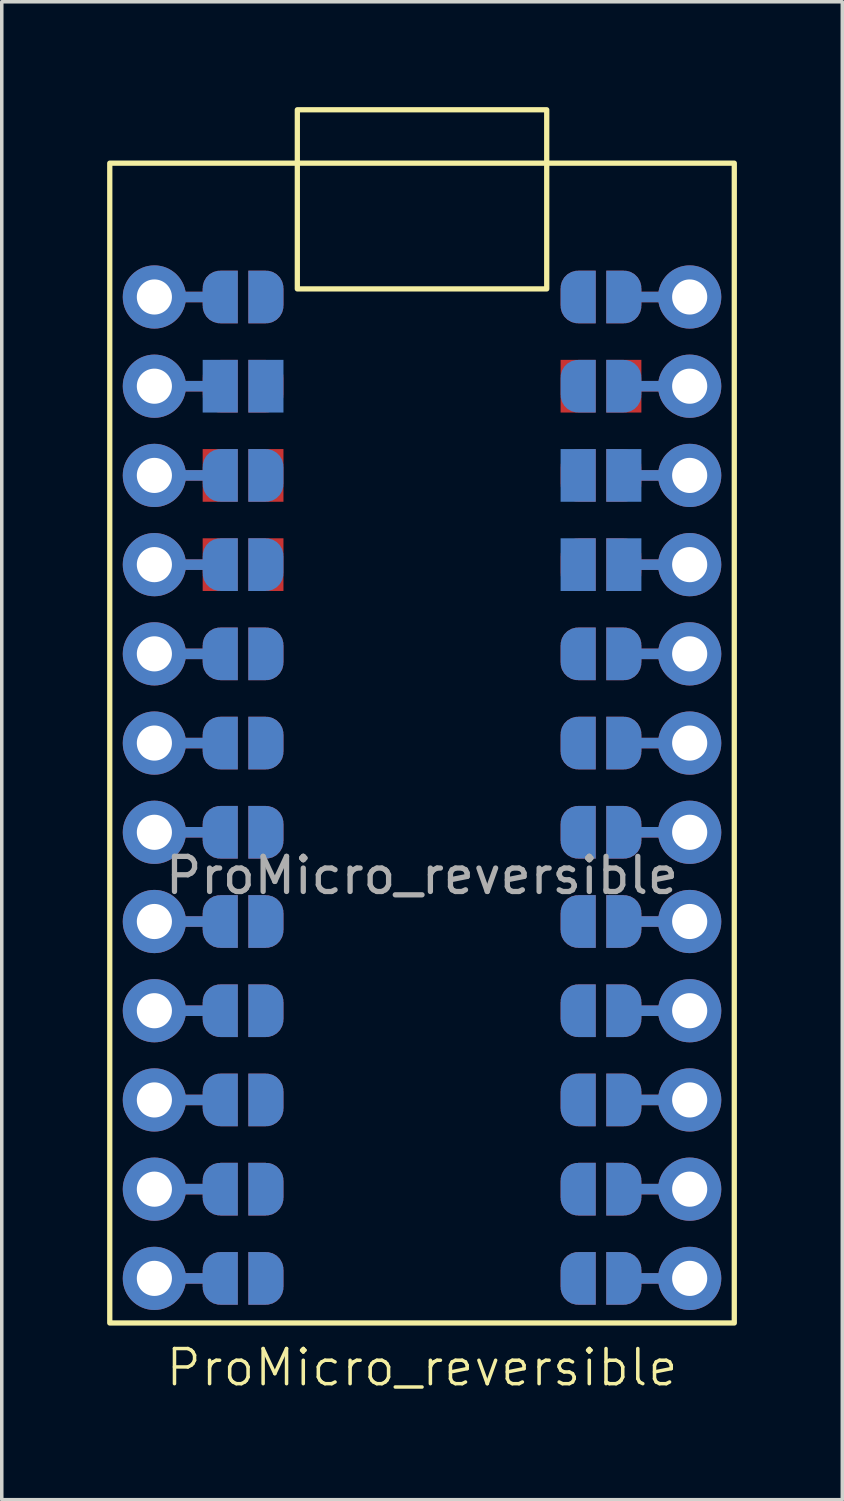
<source format=kicad_pcb>
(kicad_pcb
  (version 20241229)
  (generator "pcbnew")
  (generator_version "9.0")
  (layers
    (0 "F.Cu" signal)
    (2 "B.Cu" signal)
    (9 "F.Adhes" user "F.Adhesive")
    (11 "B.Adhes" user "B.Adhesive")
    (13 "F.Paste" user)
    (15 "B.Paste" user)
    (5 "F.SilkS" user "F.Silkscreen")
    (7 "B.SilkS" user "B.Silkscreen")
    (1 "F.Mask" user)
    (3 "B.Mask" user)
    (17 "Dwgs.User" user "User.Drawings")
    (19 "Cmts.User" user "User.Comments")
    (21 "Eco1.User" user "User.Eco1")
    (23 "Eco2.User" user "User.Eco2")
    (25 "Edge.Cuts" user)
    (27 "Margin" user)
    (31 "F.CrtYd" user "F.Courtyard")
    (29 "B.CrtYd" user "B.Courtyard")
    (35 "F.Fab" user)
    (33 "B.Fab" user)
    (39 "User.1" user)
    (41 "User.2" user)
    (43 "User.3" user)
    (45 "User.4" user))
  (footprint "ProMicro_reversible"
    (layer "F.Cu")
    (at 8.965 19.375)
    (property "Reference" "ProMicro_reversible" (at 0 16.51 0) (unlocked yes) (layer "F.SilkS") (effects (font (size 1 1) (thickness 0.1))))
    (attr through_hole)
    (fp_line (start -7.62 -13.97) (end -5.745 -13.97) (stroke (width 0.3) (type default)) (layer "F.Cu"))
    (fp_line (start -7.62 -11.43) (end -5.745 -11.43) (stroke (width 0.3) (type default)) (layer "F.Cu"))
    (fp_line (start -7.62 -6.35) (end -5.745 -6.35) (stroke (width 0.3) (type default)) (layer "F.Cu"))
    (fp_line (start -7.62 -3.81) (end -5.745 -3.81) (stroke (width 0.3) (type default)) (layer "F.Cu"))
    (fp_line (start -7.62 -1.27) (end -5.745 -1.27) (stroke (width 0.3) (type default)) (layer "F.Cu"))
    (fp_line (start -7.62 1.27) (end -5.745 1.27) (stroke (width 0.3) (type default)) (layer "F.Cu"))
    (fp_line (start -7.62 3.81) (end -5.745 3.81) (stroke (width 0.3) (type default)) (layer "F.Cu"))
    (fp_line (start -7.62 8.89) (end -5.745 8.89) (stroke (width 0.3) (type default)) (layer "F.Cu"))
    (fp_line (start -7.62 11.43) (end -5.745 11.43) (stroke (width 0.3) (type default)) (layer "F.Cu"))
    (fp_line (start -7.62 13.97) (end -5.745 13.97) (stroke (width 0.3) (type default)) (layer "F.Cu"))
    (fp_line (start -5.745 -8.89) (end -7.62 -8.89) (stroke (width 0.3) (type default)) (layer "F.Cu"))
    (fp_line (start -5.745 6.35) (end -7.62 6.35) (stroke (width 0.3) (type default)) (layer "F.Cu"))
    (fp_line (start 5.745 -13.97) (end 7.62 -13.97) (stroke (width 0.3) (type default)) (layer "F.Cu"))
    (fp_line (start 5.745 -11.43) (end 7.62 -11.43) (stroke (width 0.3) (type default)) (layer "F.Cu"))
    (fp_line (start 5.745 -6.35) (end 7.62 -6.35) (stroke (width 0.3) (type default)) (layer "F.Cu"))
    (fp_line (start 5.745 -3.81) (end 7.62 -3.81) (stroke (width 0.3) (type default)) (layer "F.Cu"))
    (fp_line (start 5.745 -1.27) (end 7.62 -1.27) (stroke (width 0.3) (type default)) (layer "F.Cu"))
    (fp_line (start 5.745 1.27) (end 7.62 1.27) (stroke (width 0.3) (type default)) (layer "F.Cu"))
    (fp_line (start 5.745 3.81) (end 7.62 3.81) (stroke (width 0.3) (type default)) (layer "F.Cu"))
    (fp_line (start 5.745 8.89) (end 7.62 8.89) (stroke (width 0.3) (type default)) (layer "F.Cu"))
    (fp_line (start 5.745 11.43) (end 7.62 11.43) (stroke (width 0.3) (type default)) (layer "F.Cu"))
    (fp_line (start 5.745 13.97) (end 7.62 13.97) (stroke (width 0.3) (type default)) (layer "F.Cu"))
    (fp_line (start 7.62 -8.89) (end 5.745 -8.89) (stroke (width 0.3) (type default)) (layer "F.Cu"))
    (fp_line (start 7.62 6.35) (end 5.745 6.35) (stroke (width 0.3) (type default)) (layer "F.Cu"))
    (fp_rect (start -5.745 -14.72) (end -4.445 -13.22) (stroke (width 0) (type solid)) (fill yes) (layer "F.Mask"))
    (fp_rect (start -5.745 -12.18) (end -4.445 -10.68) (stroke (width 0) (type solid)) (fill yes) (layer "F.Mask"))
    (fp_rect (start -5.745 -9.64) (end -4.445 -8.14) (stroke (width 0) (type solid)) (fill yes) (layer "F.Mask"))
    (fp_rect (start -5.745 -7.1) (end -4.445 -5.6) (stroke (width 0) (type solid)) (fill yes) (layer "F.Mask"))
    (fp_rect (start -5.745 -4.56) (end -4.445 -3.06) (stroke (width 0) (type solid)) (fill yes) (layer "F.Mask"))
    (fp_rect (start -5.745 -2.02) (end -4.445 -0.52) (stroke (width 0) (type solid)) (fill yes) (layer "F.Mask"))
    (fp_rect (start -5.745 0.52) (end -4.445 2.02) (stroke (width 0) (type solid)) (fill yes) (layer "F.Mask"))
    (fp_rect (start -5.745 3.06) (end -4.445 4.56) (stroke (width 0) (type solid)) (fill yes) (layer "F.Mask"))
    (fp_rect (start -5.745 5.6) (end -4.445 7.1) (stroke (width 0) (type solid)) (fill yes) (layer "F.Mask"))
    (fp_rect (start -5.745 8.14) (end -4.445 9.64) (stroke (width 0) (type solid)) (fill yes) (layer "F.Mask"))
    (fp_rect (start -5.745 10.68) (end -4.445 12.18) (stroke (width 0) (type solid)) (fill yes) (layer "F.Mask"))
    (fp_rect (start -5.745 13.22) (end -4.445 14.72) (stroke (width 0) (type solid)) (fill yes) (layer "F.Mask"))
    (fp_rect (start 4.445 -14.72) (end 5.745 -13.22) (stroke (width 0) (type solid)) (fill yes) (layer "F.Mask"))
    (fp_rect (start 4.445 -12.18) (end 5.745 -10.68) (stroke (width 0) (type solid)) (fill yes) (layer "F.Mask"))
    (fp_rect (start 4.445 -9.64) (end 5.745 -8.14) (stroke (width 0) (type solid)) (fill yes) (layer "F.Mask"))
    (fp_rect (start 4.445 -7.1) (end 5.745 -5.6) (stroke (width 0) (type solid)) (fill yes) (layer "F.Mask"))
    (fp_rect (start 4.445 -4.56) (end 5.745 -3.06) (stroke (width 0) (type solid)) (fill yes) (layer "F.Mask"))
    (fp_rect (start 4.445 -2.02) (end 5.745 -0.52) (stroke (width 0) (type solid)) (fill yes) (layer "F.Mask"))
    (fp_rect (start 4.445 0.52) (end 5.745 2.02) (stroke (width 0) (type solid)) (fill yes) (layer "F.Mask"))
    (fp_rect (start 4.445 3.06) (end 5.745 4.56) (stroke (width 0) (type solid)) (fill yes) (layer "F.Mask"))
    (fp_rect (start 4.445 5.6) (end 5.745 7.1) (stroke (width 0) (type solid)) (fill yes) (layer "F.Mask"))
    (fp_rect (start 4.445 8.14) (end 5.745 9.64) (stroke (width 0) (type solid)) (fill yes) (layer "F.Mask"))
    (fp_rect (start 4.445 10.68) (end 5.745 12.18) (stroke (width 0) (type solid)) (fill yes) (layer "F.Mask"))
    (fp_rect (start 4.445 13.22) (end 5.745 14.72) (stroke (width 0) (type solid)) (fill yes) (layer "F.Mask"))
    (fp_line (start -7.62 -8.89) (end -5.745 -8.89) (stroke (width 0.3) (type default)) (layer "B.Cu"))
    (fp_line (start -7.62 6.35) (end -5.745 6.35) (stroke (width 0.3) (type default)) (layer "B.Cu"))
    (fp_line (start -5.745 -13.97) (end -7.62 -13.97) (stroke (width 0.3) (type default)) (layer "B.Cu"))
    (fp_line (start -5.745 -11.43) (end -7.62 -11.43) (stroke (width 0.3) (type default)) (layer "B.Cu"))
    (fp_line (start -5.745 -6.35) (end -7.62 -6.35) (stroke (width 0.3) (type default)) (layer "B.Cu"))
    (fp_line (start -5.745 -3.81) (end -7.62 -3.81) (stroke (width 0.3) (type default)) (layer "B.Cu"))
    (fp_line (start -5.745 -1.27) (end -7.62 -1.27) (stroke (width 0.3) (type default)) (layer "B.Cu"))
    (fp_line (start -5.745 1.27) (end -7.62 1.27) (stroke (width 0.3) (type default)) (layer "B.Cu"))
    (fp_line (start -5.745 3.81) (end -7.62 3.81) (stroke (width 0.3) (type default)) (layer "B.Cu"))
    (fp_line (start -5.745 8.89) (end -7.62 8.89) (stroke (width 0.3) (type default)) (layer "B.Cu"))
    (fp_line (start -5.745 11.43) (end -7.62 11.43) (stroke (width 0.3) (type default)) (layer "B.Cu"))
    (fp_line (start -5.745 13.97) (end -7.62 13.97) (stroke (width 0.3) (type default)) (layer "B.Cu"))
    (fp_line (start 5.745 -8.89) (end 7.62 -8.89) (stroke (width 0.3) (type default)) (layer "B.Cu"))
    (fp_line (start 5.745 6.35) (end 7.62 6.35) (stroke (width 0.3) (type default)) (layer "B.Cu"))
    (fp_line (start 7.62 -13.97) (end 5.745 -13.97) (stroke (width 0.3) (type default)) (layer "B.Cu"))
    (fp_line (start 7.62 -11.43) (end 5.745 -11.43) (stroke (width 0.3) (type default)) (layer "B.Cu"))
    (fp_line (start 7.62 -6.35) (end 5.745 -6.35) (stroke (width 0.3) (type default)) (layer "B.Cu"))
    (fp_line (start 7.62 -3.81) (end 5.745 -3.81) (stroke (width 0.3) (type default)) (layer "B.Cu"))
    (fp_line (start 7.62 -1.27) (end 5.745 -1.27) (stroke (width 0.3) (type default)) (layer "B.Cu"))
    (fp_line (start 7.62 1.27) (end 5.745 1.27) (stroke (width 0.3) (type default)) (layer "B.Cu"))
    (fp_line (start 7.62 3.81) (end 5.745 3.81) (stroke (width 0.3) (type default)) (layer "B.Cu"))
    (fp_line (start 7.62 8.89) (end 5.745 8.89) (stroke (width 0.3) (type default)) (layer "B.Cu"))
    (fp_line (start 7.62 11.43) (end 5.745 11.43) (stroke (width 0.3) (type default)) (layer "B.Cu"))
    (fp_line (start 7.62 13.97) (end 5.745 13.97) (stroke (width 0.3) (type default)) (layer "B.Cu"))
    (fp_rect (start -5.745 -14.72) (end -4.445 -13.22) (stroke (width 0) (type solid)) (fill yes) (layer "B.Mask"))
    (fp_rect (start -5.745 -12.18) (end -4.445 -10.68) (stroke (width 0) (type solid)) (fill yes) (layer "B.Mask"))
    (fp_rect (start -5.745 -9.64) (end -4.445 -8.14) (stroke (width 0) (type solid)) (fill yes) (layer "B.Mask"))
    (fp_rect (start -5.745 -7.1) (end -4.445 -5.6) (stroke (width 0) (type solid)) (fill yes) (layer "B.Mask"))
    (fp_rect (start -5.745 -4.56) (end -4.445 -3.06) (stroke (width 0) (type solid)) (fill yes) (layer "B.Mask"))
    (fp_rect (start -5.745 -2.02) (end -4.445 -0.52) (stroke (width 0) (type solid)) (fill yes) (layer "B.Mask"))
    (fp_rect (start -5.745 0.52) (end -4.445 2.02) (stroke (width 0) (type solid)) (fill yes) (layer "B.Mask"))
    (fp_rect (start -5.745 3.06) (end -4.445 4.56) (stroke (width 0) (type solid)) (fill yes) (layer "B.Mask"))
    (fp_rect (start -5.745 5.6) (end -4.445 7.1) (stroke (width 0) (type solid)) (fill yes) (layer "B.Mask"))
    (fp_rect (start -5.745 8.14) (end -4.445 9.64) (stroke (width 0) (type solid)) (fill yes) (layer "B.Mask"))
    (fp_rect (start -5.745 10.68) (end -4.445 12.18) (stroke (width 0) (type solid)) (fill yes) (layer "B.Mask"))
    (fp_rect (start -5.745 13.22) (end -4.445 14.72) (stroke (width 0) (type solid)) (fill yes) (layer "B.Mask"))
    (fp_rect (start 4.445 -14.72) (end 5.745 -13.22) (stroke (width 0) (type solid)) (fill yes) (layer "B.Mask"))
    (fp_rect (start 4.445 -12.18) (end 5.745 -10.68) (stroke (width 0) (type solid)) (fill yes) (layer "B.Mask"))
    (fp_rect (start 4.445 -9.64) (end 5.745 -8.14) (stroke (width 0) (type solid)) (fill yes) (layer "B.Mask"))
    (fp_rect (start 4.445 -7.1) (end 5.745 -5.6) (stroke (width 0) (type solid)) (fill yes) (layer "B.Mask"))
    (fp_rect (start 4.445 -4.56) (end 5.745 -3.06) (stroke (width 0) (type solid)) (fill yes) (layer "B.Mask"))
    (fp_rect (start 4.445 -2.02) (end 5.745 -0.52) (stroke (width 0) (type solid)) (fill yes) (layer "B.Mask"))
    (fp_rect (start 4.445 0.52) (end 5.745 2.02) (stroke (width 0) (type solid)) (fill yes) (layer "B.Mask"))
    (fp_rect (start 4.445 3.06) (end 5.745 4.56) (stroke (width 0) (type solid)) (fill yes) (layer "B.Mask"))
    (fp_rect (start 4.445 5.6) (end 5.745 7.1) (stroke (width 0) (type solid)) (fill yes) (layer "B.Mask"))
    (fp_rect (start 4.445 8.14) (end 5.745 9.64) (stroke (width 0) (type solid)) (fill yes) (layer "B.Mask"))
    (fp_rect (start 4.445 10.68) (end 5.745 12.18) (stroke (width 0) (type solid)) (fill yes) (layer "B.Mask"))
    (fp_rect (start 4.445 13.22) (end 5.745 14.72) (stroke (width 0) (type solid)) (fill yes) (layer "B.Mask"))
    (fp_rect (start -8.89 -17.78) (end 8.89 15.24) (stroke (width 0.15) (type solid)) (fill no) (layer "F.SilkS"))
    (fp_rect (start -3.55 -19.3) (end 3.55 -14.2) (stroke (width 0.15) (type default)) (fill no) (layer "F.SilkS"))
    (fp_text user "${REFERENCE}" (at 0 2.5 0) (unlocked yes) (layer "F.Fab") (effects (font (size 1 1) (thickness 0.15))))
    (pad "" thru_hole circle (at -7.62 -13.97) (size 1.8 1.8) (drill 1) (layers "*.Cu" "B.Mask"))
    (pad "" thru_hole circle (at -7.62 -11.43) (size 1.8 1.8) (drill 1) (layers "*.Cu" "B.Mask"))
    (pad "" thru_hole circle (at -7.62 -8.89) (size 1.8 1.8) (drill 1) (layers "*.Cu" "B.Mask"))
    (pad "" thru_hole circle (at -7.62 -6.35) (size 1.8 1.8) (drill 1) (layers "*.Cu" "B.Mask"))
    (pad "" thru_hole circle (at -7.62 -3.81) (size 1.8 1.8) (drill 1) (layers "*.Cu" "B.Mask"))
    (pad "" thru_hole circle (at -7.62 -1.27) (size 1.8 1.8) (drill 1) (layers "*.Cu" "B.Mask"))
    (pad "" thru_hole circle (at -7.62 1.27) (size 1.8 1.8) (drill 1) (layers "*.Cu" "B.Mask"))
    (pad "" thru_hole circle (at -7.62 3.81) (size 1.8 1.8) (drill 1) (layers "*.Cu" "B.Mask"))
    (pad "" thru_hole circle (at -7.62 6.35) (size 1.8 1.8) (drill 1) (layers "*.Cu" "B.Mask"))
    (pad "" thru_hole circle (at -7.62 8.89) (size 1.8 1.8) (drill 1) (layers "*.Cu" "B.Mask"))
    (pad "" thru_hole circle (at -7.62 11.43) (size 1.8 1.8) (drill 1) (layers "*.Cu" "B.Mask"))
    (pad "" thru_hole circle (at -7.62 13.97) (size 1.8 1.8) (drill 1) (layers "*.Cu" "B.Mask"))
    (pad "" smd custom (at -5.745 -13.97 180) (size 1 0.5) (layers "F.Cu" "F.Mask") (options (anchor rect)) (primitives (gr_circle (center 0 0.25) (end 0.5 0.25) (width 0) (fill yes)) (gr_circle (center 0 -0.25) (end 0.5 -0.25) (width 0) (fill yes)) (gr_poly (pts (xy 0 0.75) (xy -0.5 0.75) (xy -0.5 -0.75) (xy 0 -0.75)) (width 0) (fill yes))))
    (pad "" smd custom (at -5.745 -13.97) (size 1 0.5) (layers "B.Cu" "B.Mask") (options (anchor rect)) (primitives (gr_circle (center 0 0.25) (end -0.5 0.25) (width 0) (fill yes)) (gr_circle (center 0 -0.25) (end -0.5 -0.25) (width 0) (fill yes)) (gr_poly (pts (xy 0 0.75) (xy 0.5 0.75) (xy 0.5 -0.75) (xy 0 -0.75)) (width 0) (fill yes))))
    (pad "" smd custom (at -5.745 -11.43 180) (size 1 0.5) (layers "F.Cu" "F.Mask") (options (anchor rect)) (primitives (gr_circle (center 0 0.25) (end 0.5 0.25) (width 0) (fill yes)) (gr_circle (center 0 -0.25) (end 0.5 -0.25) (width 0) (fill yes)) (gr_poly (pts (xy 0 0.75) (xy -0.5 0.75) (xy -0.5 -0.75) (xy 0 -0.75)) (width 0) (fill yes))))
    (pad "" smd rect (at -5.745 -11.43) (size 1 1.5) (layers "B.Cu" "B.Mask"))
    (pad "" smd custom (at -5.745 -8.89) (size 1 0.5) (layers "B.Cu" "B.Mask") (options (anchor rect)) (primitives (gr_circle (center 0 0.25) (end -0.5 0.25) (width 0) (fill yes)) (gr_circle (center 0 -0.25) (end -0.5 -0.25) (width 0) (fill yes)) (gr_poly (pts (xy 0 0.75) (xy 0.5 0.75) (xy 0.5 -0.75) (xy 0 -0.75)) (width 0) (fill yes))))
    (pad "" smd rect (at -5.745 -8.89 180) (size 1 1.5) (layers "F.Cu" "F.Mask"))
    (pad "" smd custom (at -5.745 -6.35) (size 1 0.5) (layers "B.Cu" "B.Mask") (options (anchor rect)) (primitives (gr_circle (center 0 0.25) (end -0.5 0.25) (width 0) (fill yes)) (gr_circle (center 0 -0.25) (end -0.5 -0.25) (width 0) (fill yes)) (gr_poly (pts (xy 0 0.75) (xy 0.5 0.75) (xy 0.5 -0.75) (xy 0 -0.75)) (width 0) (fill yes))))
    (pad "" smd rect (at -5.745 -6.35 180) (size 1 1.5) (layers "F.Cu" "F.Mask"))
    (pad "" smd custom (at -5.745 -3.81 180) (size 1 0.5) (layers "F.Cu" "F.Mask") (options (anchor rect)) (primitives (gr_circle (center 0 0.25) (end 0.5 0.25) (width 0) (fill yes)) (gr_circle (center 0 -0.25) (end 0.5 -0.25) (width 0) (fill yes)) (gr_poly (pts (xy 0 0.75) (xy -0.5 0.75) (xy -0.5 -0.75) (xy 0 -0.75)) (width 0) (fill yes))))
    (pad "" smd custom (at -5.745 -3.81) (size 1 0.5) (layers "B.Cu" "B.Mask") (options (anchor rect)) (primitives (gr_circle (center 0 0.25) (end -0.5 0.25) (width 0) (fill yes)) (gr_circle (center 0 -0.25) (end -0.5 -0.25) (width 0) (fill yes)) (gr_poly (pts (xy 0 0.75) (xy 0.5 0.75) (xy 0.5 -0.75) (xy 0 -0.75)) (width 0) (fill yes))))
    (pad "" smd custom (at -5.745 -1.27 180) (size 1 0.5) (layers "F.Cu" "F.Mask") (options (anchor rect)) (primitives (gr_circle (center 0 0.25) (end 0.5 0.25) (width 0) (fill yes)) (gr_circle (center 0 -0.25) (end 0.5 -0.25) (width 0) (fill yes)) (gr_poly (pts (xy 0 0.75) (xy -0.5 0.75) (xy -0.5 -0.75) (xy 0 -0.75)) (width 0) (fill yes))))
    (pad "" smd custom (at -5.745 -1.27) (size 1 0.5) (layers "B.Cu" "B.Mask") (options (anchor rect)) (primitives (gr_circle (center 0 0.25) (end -0.5 0.25) (width 0) (fill yes)) (gr_circle (center 0 -0.25) (end -0.5 -0.25) (width 0) (fill yes)) (gr_poly (pts (xy 0 0.75) (xy 0.5 0.75) (xy 0.5 -0.75) (xy 0 -0.75)) (width 0) (fill yes))))
    (pad "" smd custom (at -5.745 1.27 180) (size 1 0.5) (layers "F.Cu" "F.Mask") (options (anchor rect)) (primitives (gr_circle (center 0 0.25) (end 0.5 0.25) (width 0) (fill yes)) (gr_circle (center 0 -0.25) (end 0.5 -0.25) (width 0) (fill yes)) (gr_poly (pts (xy 0 0.75) (xy -0.5 0.75) (xy -0.5 -0.75) (xy 0 -0.75)) (width 0) (fill yes))))
    (pad "" smd custom (at -5.745 1.27) (size 1 0.5) (layers "B.Cu" "B.Mask") (options (anchor rect)) (primitives (gr_circle (center 0 0.25) (end -0.5 0.25) (width 0) (fill yes)) (gr_circle (center 0 -0.25) (end -0.5 -0.25) (width 0) (fill yes)) (gr_poly (pts (xy 0 0.75) (xy 0.5 0.75) (xy 0.5 -0.75) (xy 0 -0.75)) (width 0) (fill yes))))
    (pad "" smd custom (at -5.745 3.81 180) (size 1 0.5) (layers "F.Cu" "F.Mask") (options (anchor rect)) (primitives (gr_circle (center 0 0.25) (end 0.5 0.25) (width 0) (fill yes)) (gr_circle (center 0 -0.25) (end 0.5 -0.25) (width 0) (fill yes)) (gr_poly (pts (xy 0 0.75) (xy -0.5 0.75) (xy -0.5 -0.75) (xy 0 -0.75)) (width 0) (fill yes))))
    (pad "" smd custom (at -5.745 3.81) (size 1 0.5) (layers "B.Cu" "B.Mask") (options (anchor rect)) (primitives (gr_circle (center 0 0.25) (end -0.5 0.25) (width 0) (fill yes)) (gr_circle (center 0 -0.25) (end -0.5 -0.25) (width 0) (fill yes)) (gr_poly (pts (xy 0 0.75) (xy 0.5 0.75) (xy 0.5 -0.75) (xy 0 -0.75)) (width 0) (fill yes))))
    (pad "" smd custom (at -5.745 6.35 180) (size 1 0.5) (layers "F.Cu" "F.Mask") (options (anchor rect)) (primitives (gr_circle (center 0 0.25) (end 0.5 0.25) (width 0) (fill yes)) (gr_circle (center 0 -0.25) (end 0.5 -0.25) (width 0) (fill yes)) (gr_poly (pts (xy 0 0.75) (xy -0.5 0.75) (xy -0.5 -0.75) (xy 0 -0.75)) (width 0) (fill yes))))
    (pad "" smd custom (at -5.745 6.35) (size 1 0.5) (layers "B.Cu" "B.Mask") (options (anchor rect)) (primitives (gr_circle (center 0 0.25) (end -0.5 0.25) (width 0) (fill yes)) (gr_circle (center 0 -0.25) (end -0.5 -0.25) (width 0) (fill yes)) (gr_poly (pts (xy 0 0.75) (xy 0.5 0.75) (xy 0.5 -0.75) (xy 0 -0.75)) (width 0) (fill yes))))
    (pad "" smd custom (at -5.745 8.89 180) (size 1 0.5) (layers "F.Cu" "F.Mask") (options (anchor rect)) (primitives (gr_circle (center 0 0.25) (end 0.5 0.25) (width 0) (fill yes)) (gr_circle (center 0 -0.25) (end 0.5 -0.25) (width 0) (fill yes)) (gr_poly (pts (xy 0 0.75) (xy -0.5 0.75) (xy -0.5 -0.75) (xy 0 -0.75)) (width 0) (fill yes))))
    (pad "" smd custom (at -5.745 8.89) (size 1 0.5) (layers "B.Cu" "B.Mask") (options (anchor rect)) (primitives (gr_circle (center 0 0.25) (end -0.5 0.25) (width 0) (fill yes)) (gr_circle (center 0 -0.25) (end -0.5 -0.25) (width 0) (fill yes)) (gr_poly (pts (xy 0 0.75) (xy 0.5 0.75) (xy 0.5 -0.75) (xy 0 -0.75)) (width 0) (fill yes))))
    (pad "" smd custom (at -5.745 11.43 180) (size 1 0.5) (layers "F.Cu" "F.Mask") (options (anchor rect)) (primitives (gr_circle (center 0 0.25) (end 0.5 0.25) (width 0) (fill yes)) (gr_circle (center 0 -0.25) (end 0.5 -0.25) (width 0) (fill yes)) (gr_poly (pts (xy 0 0.75) (xy -0.5 0.75) (xy -0.5 -0.75) (xy 0 -0.75)) (width 0) (fill yes))))
    (pad "" smd custom (at -5.745 11.43) (size 1 0.5) (layers "B.Cu" "B.Mask") (options (anchor rect)) (primitives (gr_circle (center 0 0.25) (end -0.5 0.25) (width 0) (fill yes)) (gr_circle (center 0 -0.25) (end -0.5 -0.25) (width 0) (fill yes)) (gr_poly (pts (xy 0 0.75) (xy 0.5 0.75) (xy 0.5 -0.75) (xy 0 -0.75)) (width 0) (fill yes))))
    (pad "" smd custom (at -5.745 13.97 180) (size 1 0.5) (layers "F.Cu" "F.Mask") (options (anchor rect)) (primitives (gr_circle (center 0 0.25) (end 0.5 0.25) (width 0) (fill yes)) (gr_circle (center 0 -0.25) (end 0.5 -0.25) (width 0) (fill yes)) (gr_poly (pts (xy 0 0.75) (xy -0.5 0.75) (xy -0.5 -0.75) (xy 0 -0.75)) (width 0) (fill yes))))
    (pad "" smd custom (at -5.745 13.97) (size 1 0.5) (layers "B.Cu" "B.Mask") (options (anchor rect)) (primitives (gr_circle (center 0 0.25) (end -0.5 0.25) (width 0) (fill yes)) (gr_circle (center 0 -0.25) (end -0.5 -0.25) (width 0) (fill yes)) (gr_poly (pts (xy 0 0.75) (xy 0.5 0.75) (xy 0.5 -0.75) (xy 0 -0.75)) (width 0) (fill yes))))
    (pad "" smd custom (at 5.745 -13.97) (size 1 0.5) (layers "F.Cu" "F.Mask") (options (anchor rect)) (primitives (gr_circle (center 0 0.25) (end 0.5 0.25) (width 0) (fill yes)) (gr_circle (center 0 -0.25) (end 0.5 -0.25) (width 0) (fill yes)) (gr_poly (pts (xy 0 0.75) (xy -0.5 0.75) (xy -0.5 -0.75) (xy 0 -0.75)) (width 0) (fill yes))))
    (pad "" smd custom (at 5.745 -13.97 180) (size 1 0.5) (layers "B.Cu" "B.Mask") (options (anchor rect)) (primitives (gr_circle (center 0 0.25) (end -0.5 0.25) (width 0) (fill yes)) (gr_circle (center 0 -0.25) (end -0.5 -0.25) (width 0) (fill yes)) (gr_poly (pts (xy 0 0.75) (xy 0.5 0.75) (xy 0.5 -0.75) (xy 0 -0.75)) (width 0) (fill yes))))
    (pad "" smd custom (at 5.745 -11.43 180) (size 1 0.5) (layers "B.Cu" "B.Mask") (options (anchor rect)) (primitives (gr_circle (center 0 0.25) (end -0.5 0.25) (width 0) (fill yes)) (gr_circle (center 0 -0.25) (end -0.5 -0.25) (width 0) (fill yes)) (gr_poly (pts (xy 0 0.75) (xy 0.5 0.75) (xy 0.5 -0.75) (xy 0 -0.75)) (width 0) (fill yes))))
    (pad "" smd rect (at 5.745 -11.43) (size 1 1.5) (layers "F.Cu" "F.Mask"))
    (pad "" smd custom (at 5.745 -8.89) (size 1 0.5) (layers "F.Cu" "F.Mask") (options (anchor rect)) (primitives (gr_circle (center 0 0.25) (end 0.5 0.25) (width 0) (fill yes)) (gr_circle (center 0 -0.25) (end 0.5 -0.25) (width 0) (fill yes)) (gr_poly (pts (xy 0 0.75) (xy -0.5 0.75) (xy -0.5 -0.75) (xy 0 -0.75)) (width 0) (fill yes))))
    (pad "" smd rect (at 5.745 -8.89 180) (size 1 1.5) (layers "B.Cu" "B.Mask"))
    (pad "" smd custom (at 5.745 -6.35) (size 1 0.5) (layers "F.Cu" "F.Mask") (options (anchor rect)) (primitives (gr_circle (center 0 0.25) (end 0.5 0.25) (width 0) (fill yes)) (gr_circle (center 0 -0.25) (end 0.5 -0.25) (width 0) (fill yes)) (gr_poly (pts (xy 0 0.75) (xy -0.5 0.75) (xy -0.5 -0.75) (xy 0 -0.75)) (width 0) (fill yes))))
    (pad "" smd rect (at 5.745 -6.35 180) (size 1 1.5) (layers "B.Cu" "B.Mask"))
    (pad "" smd custom (at 5.745 -3.81) (size 1 0.5) (layers "F.Cu" "F.Mask") (options (anchor rect)) (primitives (gr_circle (center 0 0.25) (end 0.5 0.25) (width 0) (fill yes)) (gr_circle (center 0 -0.25) (end 0.5 -0.25) (width 0) (fill yes)) (gr_poly (pts (xy 0 0.75) (xy -0.5 0.75) (xy -0.5 -0.75) (xy 0 -0.75)) (width 0) (fill yes))))
    (pad "" smd custom (at 5.745 -3.81 180) (size 1 0.5) (layers "B.Cu" "B.Mask") (options (anchor rect)) (primitives (gr_circle (center 0 0.25) (end -0.5 0.25) (width 0) (fill yes)) (gr_circle (center 0 -0.25) (end -0.5 -0.25) (width 0) (fill yes)) (gr_poly (pts (xy 0 0.75) (xy 0.5 0.75) (xy 0.5 -0.75) (xy 0 -0.75)) (width 0) (fill yes))))
    (pad "" smd custom (at 5.745 -1.27) (size 1 0.5) (layers "F.Cu" "F.Mask") (options (anchor rect)) (primitives (gr_circle (center 0 0.25) (end 0.5 0.25) (width 0) (fill yes)) (gr_circle (center 0 -0.25) (end 0.5 -0.25) (width 0) (fill yes)) (gr_poly (pts (xy 0 0.75) (xy -0.5 0.75) (xy -0.5 -0.75) (xy 0 -0.75)) (width 0) (fill yes))))
    (pad "" smd custom (at 5.745 -1.27 180) (size 1 0.5) (layers "B.Cu" "B.Mask") (options (anchor rect)) (primitives (gr_circle (center 0 0.25) (end -0.5 0.25) (width 0) (fill yes)) (gr_circle (center 0 -0.25) (end -0.5 -0.25) (width 0) (fill yes)) (gr_poly (pts (xy 0 0.75) (xy 0.5 0.75) (xy 0.5 -0.75) (xy 0 -0.75)) (width 0) (fill yes))))
    (pad "" smd custom (at 5.745 1.27) (size 1 0.5) (layers "F.Cu" "F.Mask") (options (anchor rect)) (primitives (gr_circle (center 0 0.25) (end 0.5 0.25) (width 0) (fill yes)) (gr_circle (center 0 -0.25) (end 0.5 -0.25) (width 0) (fill yes)) (gr_poly (pts (xy 0 0.75) (xy -0.5 0.75) (xy -0.5 -0.75) (xy 0 -0.75)) (width 0) (fill yes))))
    (pad "" smd custom (at 5.745 1.27 180) (size 1 0.5) (layers "B.Cu" "B.Mask") (options (anchor rect)) (primitives (gr_circle (center 0 0.25) (end -0.5 0.25) (width 0) (fill yes)) (gr_circle (center 0 -0.25) (end -0.5 -0.25) (width 0) (fill yes)) (gr_poly (pts (xy 0 0.75) (xy 0.5 0.75) (xy 0.5 -0.75) (xy 0 -0.75)) (width 0) (fill yes))))
    (pad "" smd custom (at 5.745 3.81) (size 1 0.5) (layers "F.Cu" "F.Mask") (options (anchor rect)) (primitives (gr_circle (center 0 0.25) (end 0.5 0.25) (width 0) (fill yes)) (gr_circle (center 0 -0.25) (end 0.5 -0.25) (width 0) (fill yes)) (gr_poly (pts (xy 0 0.75) (xy -0.5 0.75) (xy -0.5 -0.75) (xy 0 -0.75)) (width 0) (fill yes))))
    (pad "" smd custom (at 5.745 3.81 180) (size 1 0.5) (layers "B.Cu" "B.Mask") (options (anchor rect)) (primitives (gr_circle (center 0 0.25) (end -0.5 0.25) (width 0) (fill yes)) (gr_circle (center 0 -0.25) (end -0.5 -0.25) (width 0) (fill yes)) (gr_poly (pts (xy 0 0.75) (xy 0.5 0.75) (xy 0.5 -0.75) (xy 0 -0.75)) (width 0) (fill yes))))
    (pad "" smd custom (at 5.745 6.35) (size 1 0.5) (layers "F.Cu" "F.Mask") (options (anchor rect)) (primitives (gr_circle (center 0 0.25) (end 0.5 0.25) (width 0) (fill yes)) (gr_circle (center 0 -0.25) (end 0.5 -0.25) (width 0) (fill yes)) (gr_poly (pts (xy 0 0.75) (xy -0.5 0.75) (xy -0.5 -0.75) (xy 0 -0.75)) (width 0) (fill yes))))
    (pad "" smd custom (at 5.745 6.35 180) (size 1 0.5) (layers "B.Cu" "B.Mask") (options (anchor rect)) (primitives (gr_circle (center 0 0.25) (end -0.5 0.25) (width 0) (fill yes)) (gr_circle (center 0 -0.25) (end -0.5 -0.25) (width 0) (fill yes)) (gr_poly (pts (xy 0 0.75) (xy 0.5 0.75) (xy 0.5 -0.75) (xy 0 -0.75)) (width 0) (fill yes))))
    (pad "" smd custom (at 5.745 8.89) (size 1 0.5) (layers "F.Cu" "F.Mask") (options (anchor rect)) (primitives (gr_circle (center 0 0.25) (end 0.5 0.25) (width 0) (fill yes)) (gr_circle (center 0 -0.25) (end 0.5 -0.25) (width 0) (fill yes)) (gr_poly (pts (xy 0 0.75) (xy -0.5 0.75) (xy -0.5 -0.75) (xy 0 -0.75)) (width 0) (fill yes))))
    (pad "" smd custom (at 5.745 8.89 180) (size 1 0.5) (layers "B.Cu" "B.Mask") (options (anchor rect)) (primitives (gr_circle (center 0 0.25) (end -0.5 0.25) (width 0) (fill yes)) (gr_circle (center 0 -0.25) (end -0.5 -0.25) (width 0) (fill yes)) (gr_poly (pts (xy 0 0.75) (xy 0.5 0.75) (xy 0.5 -0.75) (xy 0 -0.75)) (width 0) (fill yes))))
    (pad "" smd custom (at 5.745 11.43) (size 1 0.5) (layers "F.Cu" "F.Mask") (options (anchor rect)) (primitives (gr_circle (center 0 0.25) (end 0.5 0.25) (width 0) (fill yes)) (gr_circle (center 0 -0.25) (end 0.5 -0.25) (width 0) (fill yes)) (gr_poly (pts (xy 0 0.75) (xy -0.5 0.75) (xy -0.5 -0.75) (xy 0 -0.75)) (width 0) (fill yes))))
    (pad "" smd custom (at 5.745 11.43 180) (size 1 0.5) (layers "B.Cu" "B.Mask") (options (anchor rect)) (primitives (gr_circle (center 0 0.25) (end -0.5 0.25) (width 0) (fill yes)) (gr_circle (center 0 -0.25) (end -0.5 -0.25) (width 0) (fill yes)) (gr_poly (pts (xy 0 0.75) (xy 0.5 0.75) (xy 0.5 -0.75) (xy 0 -0.75)) (width 0) (fill yes))))
    (pad "" smd custom (at 5.745 13.97) (size 1 0.5) (layers "F.Cu" "F.Mask") (options (anchor rect)) (primitives (gr_circle (center 0 0.25) (end 0.5 0.25) (width 0) (fill yes)) (gr_circle (center 0 -0.25) (end 0.5 -0.25) (width 0) (fill yes)) (gr_poly (pts (xy 0 0.75) (xy -0.5 0.75) (xy -0.5 -0.75) (xy 0 -0.75)) (width 0) (fill yes))))
    (pad "" smd custom (at 5.745 13.97 180) (size 1 0.5) (layers "B.Cu" "B.Mask") (options (anchor rect)) (primitives (gr_circle (center 0 0.25) (end -0.5 0.25) (width 0) (fill yes)) (gr_circle (center 0 -0.25) (end -0.5 -0.25) (width 0) (fill yes)) (gr_poly (pts (xy 0 0.75) (xy 0.5 0.75) (xy 0.5 -0.75) (xy 0 -0.75)) (width 0) (fill yes))))
    (pad "" thru_hole circle (at 7.62 -13.97) (size 1.8 1.8) (drill 1) (layers "*.Cu" "B.Mask"))
    (pad "" thru_hole circle (at 7.62 -11.43) (size 1.8 1.8) (drill 1) (layers "*.Cu" "B.Mask"))
    (pad "" thru_hole circle (at 7.62 -8.89) (size 1.8 1.8) (drill 1) (layers "*.Cu" "B.Mask"))
    (pad "" thru_hole circle (at 7.62 -6.35) (size 1.8 1.8) (drill 1) (layers "*.Cu" "B.Mask"))
    (pad "" thru_hole circle (at 7.62 -3.81) (size 1.8 1.8) (drill 1) (layers "*.Cu" "B.Mask"))
    (pad "" thru_hole circle (at 7.62 -1.27) (size 1.8 1.8) (drill 1) (layers "*.Cu" "B.Mask"))
    (pad "" thru_hole circle (at 7.62 1.27) (size 1.8 1.8) (drill 1) (layers "*.Cu" "B.Mask"))
    (pad "" thru_hole circle (at 7.62 3.81) (size 1.8 1.8) (drill 1) (layers "*.Cu" "B.Mask"))
    (pad "" thru_hole circle (at 7.62 6.35) (size 1.8 1.8) (drill 1) (layers "*.Cu" "B.Mask"))
    (pad "" thru_hole circle (at 7.62 8.89) (size 1.8 1.8) (drill 1) (layers "*.Cu" "B.Mask"))
    (pad "" thru_hole circle (at 7.62 11.43) (size 1.8 1.8) (drill 1) (layers "*.Cu" "B.Mask"))
    (pad "" thru_hole circle (at 7.62 13.97) (size 1.8 1.8) (drill 1) (layers "*.Cu" "B.Mask"))
    (pad "1" smd custom (at -4.445 -13.97 180) (size 1 0.5) (layers "F.Cu" "F.Mask") (options (anchor rect)) (primitives (gr_circle (center 0 0.25) (end 0.5 0.25) (width 0) (fill yes)) (gr_circle (center 0 -0.25) (end 0.5 -0.25) (width 0) (fill yes)) (gr_poly (pts (xy 0.5 0.75) (xy 0 0.75) (xy 0 -0.75) (xy 0.5 -0.75)) (width 0) (fill yes))))
    (pad "1" smd custom (at 4.445 -13.97 180) (size 1 0.5) (layers "B.Cu" "B.Mask") (options (anchor rect)) (primitives (gr_circle (center 0 0.25) (end -0.5 0.25) (width 0) (fill yes)) (gr_circle (center 0 -0.25) (end -0.5 -0.25) (width 0) (fill yes)) (gr_poly (pts (xy -0.5 0.75) (xy 0 0.75) (xy 0 -0.75) (xy -0.5 -0.75)) (width 0) (fill yes))))
    (pad "2" smd custom (at -4.445 -11.43 180) (size 1 0.5) (layers "F.Cu" "F.Mask") (options (anchor rect)) (primitives (gr_circle (center 0 0.25) (end 0.5 0.25) (width 0) (fill yes)) (gr_circle (center 0 -0.25) (end 0.5 -0.25) (width 0) (fill yes)) (gr_poly (pts (xy 0.5 0.75) (xy 0 0.75) (xy 0 -0.75) (xy 0.5 -0.75)) (width 0) (fill yes))))
    (pad "2" smd custom (at 4.445 -11.43 180) (size 1 0.5) (layers "B.Cu" "B.Mask") (options (anchor rect)) (primitives (gr_circle (center 0 0.25) (end -0.5 0.25) (width 0) (fill yes)) (gr_circle (center 0 -0.25) (end -0.5 -0.25) (width 0) (fill yes)) (gr_poly (pts (xy -0.5 0.75) (xy 0 0.75) (xy 0 -0.75) (xy -0.5 -0.75)) (width 0) (fill yes))))
    (pad "3" smd rect (at -4.445 -8.89 180) (size 1 1.5) (layers "F.Cu" "F.Mask"))
    (pad "3" smd rect (at 4.445 -8.89 180) (size 1 1.5) (layers "B.Cu" "B.Mask"))
    (pad "4" smd rect (at -4.445 -6.35 180) (size 1 1.5) (layers "F.Cu" "F.Mask"))
    (pad "4" smd rect (at 4.445 -6.35 180) (size 1 1.5) (layers "B.Cu" "B.Mask"))
    (pad "5" smd custom (at -4.445 -3.81 180) (size 1 0.5) (layers "F.Cu" "F.Mask") (options (anchor rect)) (primitives (gr_circle (center 0 0.25) (end 0.5 0.25) (width 0) (fill yes)) (gr_circle (center 0 -0.25) (end 0.5 -0.25) (width 0) (fill yes)) (gr_poly (pts (xy 0.5 0.75) (xy 0 0.75) (xy 0 -0.75) (xy 0.5 -0.75)) (width 0) (fill yes))))
    (pad "5" smd custom (at 4.445 -3.81 180) (size 1 0.5) (layers "B.Cu" "B.Mask") (options (anchor rect)) (primitives (gr_circle (center 0 0.25) (end -0.5 0.25) (width 0) (fill yes)) (gr_circle (center 0 -0.25) (end -0.5 -0.25) (width 0) (fill yes)) (gr_poly (pts (xy -0.5 0.75) (xy 0 0.75) (xy 0 -0.75) (xy -0.5 -0.75)) (width 0) (fill yes))))
    (pad "6" smd custom (at -4.445 -1.27 180) (size 1 0.5) (layers "F.Cu" "F.Mask") (options (anchor rect)) (primitives (gr_circle (center 0 0.25) (end 0.5 0.25) (width 0) (fill yes)) (gr_circle (center 0 -0.25) (end 0.5 -0.25) (width 0) (fill yes)) (gr_poly (pts (xy 0.5 0.75) (xy 0 0.75) (xy 0 -0.75) (xy 0.5 -0.75)) (width 0) (fill yes))))
    (pad "6" smd custom (at 4.445 -1.27 180) (size 1 0.5) (layers "B.Cu" "B.Mask") (options (anchor rect)) (primitives (gr_circle (center 0 0.25) (end -0.5 0.25) (width 0) (fill yes)) (gr_circle (center 0 -0.25) (end -0.5 -0.25) (width 0) (fill yes)) (gr_poly (pts (xy -0.5 0.75) (xy 0 0.75) (xy 0 -0.75) (xy -0.5 -0.75)) (width 0) (fill yes))))
    (pad "7" smd custom (at -4.445 1.27 180) (size 1 0.5) (layers "F.Cu" "F.Mask") (options (anchor rect)) (primitives (gr_circle (center 0 0.25) (end 0.5 0.25) (width 0) (fill yes)) (gr_circle (center 0 -0.25) (end 0.5 -0.25) (width 0) (fill yes)) (gr_poly (pts (xy 0.5 0.75) (xy 0 0.75) (xy 0 -0.75) (xy 0.5 -0.75)) (width 0) (fill yes))))
    (pad "7" smd custom (at 4.445 1.27 180) (size 1 0.5) (layers "B.Cu" "B.Mask") (options (anchor rect)) (primitives (gr_circle (center 0 0.25) (end -0.5 0.25) (width 0) (fill yes)) (gr_circle (center 0 -0.25) (end -0.5 -0.25) (width 0) (fill yes)) (gr_poly (pts (xy -0.5 0.75) (xy 0 0.75) (xy 0 -0.75) (xy -0.5 -0.75)) (width 0) (fill yes))))
    (pad "8" smd custom (at -4.445 3.81 180) (size 1 0.5) (layers "F.Cu" "F.Mask") (options (anchor rect)) (primitives (gr_circle (center 0 0.25) (end 0.5 0.25) (width 0) (fill yes)) (gr_circle (center 0 -0.25) (end 0.5 -0.25) (width 0) (fill yes)) (gr_poly (pts (xy 0.5 0.75) (xy 0 0.75) (xy 0 -0.75) (xy 0.5 -0.75)) (width 0) (fill yes))))
    (pad "8" smd custom (at 4.445 3.81 180) (size 1 0.5) (layers "B.Cu" "B.Mask") (options (anchor rect)) (primitives (gr_circle (center 0 0.25) (end -0.5 0.25) (width 0) (fill yes)) (gr_circle (center 0 -0.25) (end -0.5 -0.25) (width 0) (fill yes)) (gr_poly (pts (xy -0.5 0.75) (xy 0 0.75) (xy 0 -0.75) (xy -0.5 -0.75)) (width 0) (fill yes))))
    (pad "9" smd custom (at -4.445 6.35 180) (size 1 0.5) (layers "F.Cu" "F.Mask") (options (anchor rect)) (primitives (gr_circle (center 0 0.25) (end 0.5 0.25) (width 0) (fill yes)) (gr_circle (center 0 -0.25) (end 0.5 -0.25) (width 0) (fill yes)) (gr_poly (pts (xy 0.5 0.75) (xy 0 0.75) (xy 0 -0.75) (xy 0.5 -0.75)) (width 0) (fill yes))))
    (pad "9" smd custom (at 4.445 6.35 180) (size 1 0.5) (layers "B.Cu" "B.Mask") (options (anchor rect)) (primitives (gr_circle (center 0 0.25) (end -0.5 0.25) (width 0) (fill yes)) (gr_circle (center 0 -0.25) (end -0.5 -0.25) (width 0) (fill yes)) (gr_poly (pts (xy -0.5 0.75) (xy 0 0.75) (xy 0 -0.75) (xy -0.5 -0.75)) (width 0) (fill yes))))
    (pad "10" smd custom (at -4.445 8.89 180) (size 1 0.5) (layers "F.Cu" "F.Mask") (options (anchor rect)) (primitives (gr_circle (center 0 0.25) (end 0.5 0.25) (width 0) (fill yes)) (gr_circle (center 0 -0.25) (end 0.5 -0.25) (width 0) (fill yes)) (gr_poly (pts (xy 0.5 0.75) (xy 0 0.75) (xy 0 -0.75) (xy 0.5 -0.75)) (width 0) (fill yes))))
    (pad "10" smd custom (at 4.445 8.89 180) (size 1 0.5) (layers "B.Cu" "B.Mask") (options (anchor rect)) (primitives (gr_circle (center 0 0.25) (end -0.5 0.25) (width 0) (fill yes)) (gr_circle (center 0 -0.25) (end -0.5 -0.25) (width 0) (fill yes)) (gr_poly (pts (xy -0.5 0.75) (xy 0 0.75) (xy 0 -0.75) (xy -0.5 -0.75)) (width 0) (fill yes))))
    (pad "11" smd custom (at -4.445 11.43 180) (size 1 0.5) (layers "F.Cu" "F.Mask") (options (anchor rect)) (primitives (gr_circle (center 0 0.25) (end 0.5 0.25) (width 0) (fill yes)) (gr_circle (center 0 -0.25) (end 0.5 -0.25) (width 0) (fill yes)) (gr_poly (pts (xy 0.5 0.75) (xy 0 0.75) (xy 0 -0.75) (xy 0.5 -0.75)) (width 0) (fill yes))))
    (pad "11" smd custom (at 4.445 11.43 180) (size 1 0.5) (layers "B.Cu" "B.Mask") (options (anchor rect)) (primitives (gr_circle (center 0 0.25) (end -0.5 0.25) (width 0) (fill yes)) (gr_circle (center 0 -0.25) (end -0.5 -0.25) (width 0) (fill yes)) (gr_poly (pts (xy -0.5 0.75) (xy 0 0.75) (xy 0 -0.75) (xy -0.5 -0.75)) (width 0) (fill yes))))
    (pad "12" smd custom (at -4.445 13.97 180) (size 1 0.5) (layers "F.Cu" "F.Mask") (options (anchor rect)) (primitives (gr_circle (center 0 0.25) (end 0.5 0.25) (width 0) (fill yes)) (gr_circle (center 0 -0.25) (end 0.5 -0.25) (width 0) (fill yes)) (gr_poly (pts (xy 0.5 0.75) (xy 0 0.75) (xy 0 -0.75) (xy 0.5 -0.75)) (width 0) (fill yes))))
    (pad "12" smd custom (at 4.445 13.97 180) (size 1 0.5) (layers "B.Cu" "B.Mask") (options (anchor rect)) (primitives (gr_circle (center 0 0.25) (end -0.5 0.25) (width 0) (fill yes)) (gr_circle (center 0 -0.25) (end -0.5 -0.25) (width 0) (fill yes)) (gr_poly (pts (xy -0.5 0.75) (xy 0 0.75) (xy 0 -0.75) (xy -0.5 -0.75)) (width 0) (fill yes))))
    (pad "13" smd custom (at -4.445 -13.97) (size 1 0.5) (layers "B.Cu" "B.Mask") (options (anchor rect)) (primitives (gr_circle (center 0 0.25) (end -0.5 0.25) (width 0) (fill yes)) (gr_circle (center 0 -0.25) (end -0.5 -0.25) (width 0) (fill yes)) (gr_poly (pts (xy -0.5 0.75) (xy 0 0.75) (xy 0 -0.75) (xy -0.5 -0.75)) (width 0) (fill yes))))
    (pad "13" smd custom (at 4.445 -13.97) (size 1 0.5) (layers "F.Cu" "F.Mask") (options (anchor rect)) (primitives (gr_circle (center 0 0.25) (end 0.5 0.25) (width 0) (fill yes)) (gr_circle (center 0 -0.25) (end 0.5 -0.25) (width 0) (fill yes)) (gr_poly (pts (xy 0.5 0.75) (xy 0 0.75) (xy 0 -0.75) (xy 0.5 -0.75)) (width 0) (fill yes))))
    (pad "14" smd rect (at -4.445 -11.43) (size 1 1.5) (layers "B.Cu" "B.Mask"))
    (pad "14" smd rect (at 4.445 -11.43) (size 1 1.5) (layers "F.Cu" "F.Mask"))
    (pad "15" smd custom (at -4.445 -8.89) (size 1 0.5) (layers "B.Cu" "B.Mask") (options (anchor rect)) (primitives (gr_circle (center 0 0.25) (end -0.5 0.25) (width 0) (fill yes)) (gr_circle (center 0 -0.25) (end -0.5 -0.25) (width 0) (fill yes)) (gr_poly (pts (xy -0.5 0.75) (xy 0 0.75) (xy 0 -0.75) (xy -0.5 -0.75)) (width 0) (fill yes))))
    (pad "15" smd custom (at 4.445 -8.89) (size 1 0.5) (layers "F.Cu" "F.Mask") (options (anchor rect)) (primitives (gr_circle (center 0 0.25) (end 0.5 0.25) (width 0) (fill yes)) (gr_circle (center 0 -0.25) (end 0.5 -0.25) (width 0) (fill yes)) (gr_poly (pts (xy 0.5 0.75) (xy 0 0.75) (xy 0 -0.75) (xy 0.5 -0.75)) (width 0) (fill yes))))
    (pad "16" smd custom (at -4.445 -6.35) (size 1 0.5) (layers "B.Cu" "B.Mask") (options (anchor rect)) (primitives (gr_circle (center 0 0.25) (end -0.5 0.25) (width 0) (fill yes)) (gr_circle (center 0 -0.25) (end -0.5 -0.25) (width 0) (fill yes)) (gr_poly (pts (xy -0.5 0.75) (xy 0 0.75) (xy 0 -0.75) (xy -0.5 -0.75)) (width 0) (fill yes))))
    (pad "16" smd custom (at 4.445 -6.35) (size 1 0.5) (layers "F.Cu" "F.Mask") (options (anchor rect)) (primitives (gr_circle (center 0 0.25) (end 0.5 0.25) (width 0) (fill yes)) (gr_circle (center 0 -0.25) (end 0.5 -0.25) (width 0) (fill yes)) (gr_poly (pts (xy 0.5 0.75) (xy 0 0.75) (xy 0 -0.75) (xy 0.5 -0.75)) (width 0) (fill yes))))
    (pad "17" smd custom (at -4.445 -3.81) (size 1 0.5) (layers "B.Cu" "B.Mask") (options (anchor rect)) (primitives (gr_circle (center 0 0.25) (end -0.5 0.25) (width 0) (fill yes)) (gr_circle (center 0 -0.25) (end -0.5 -0.25) (width 0) (fill yes)) (gr_poly (pts (xy -0.5 0.75) (xy 0 0.75) (xy 0 -0.75) (xy -0.5 -0.75)) (width 0) (fill yes))))
    (pad "17" smd custom (at 4.445 -3.81) (size 1 0.5) (layers "F.Cu" "F.Mask") (options (anchor rect)) (primitives (gr_circle (center 0 0.25) (end 0.5 0.25) (width 0) (fill yes)) (gr_circle (center 0 -0.25) (end 0.5 -0.25) (width 0) (fill yes)) (gr_poly (pts (xy 0.5 0.75) (xy 0 0.75) (xy 0 -0.75) (xy 0.5 -0.75)) (width 0) (fill yes))))
    (pad "18" smd custom (at -4.445 -1.27) (size 1 0.5) (layers "B.Cu" "B.Mask") (options (anchor rect)) (primitives (gr_circle (center 0 0.25) (end -0.5 0.25) (width 0) (fill yes)) (gr_circle (center 0 -0.25) (end -0.5 -0.25) (width 0) (fill yes)) (gr_poly (pts (xy -0.5 0.75) (xy 0 0.75) (xy 0 -0.75) (xy -0.5 -0.75)) (width 0) (fill yes))))
    (pad "18" smd custom (at 4.445 -1.27) (size 1 0.5) (layers "F.Cu" "F.Mask") (options (anchor rect)) (primitives (gr_circle (center 0 0.25) (end 0.5 0.25) (width 0) (fill yes)) (gr_circle (center 0 -0.25) (end 0.5 -0.25) (width 0) (fill yes)) (gr_poly (pts (xy 0.5 0.75) (xy 0 0.75) (xy 0 -0.75) (xy 0.5 -0.75)) (width 0) (fill yes))))
    (pad "19" smd custom (at -4.445 1.27) (size 1 0.5) (layers "B.Cu" "B.Mask") (options (anchor rect)) (primitives (gr_circle (center 0 0.25) (end -0.5 0.25) (width 0) (fill yes)) (gr_circle (center 0 -0.25) (end -0.5 -0.25) (width 0) (fill yes)) (gr_poly (pts (xy -0.5 0.75) (xy 0 0.75) (xy 0 -0.75) (xy -0.5 -0.75)) (width 0) (fill yes))))
    (pad "19" smd custom (at 4.445 1.27) (size 1 0.5) (layers "F.Cu" "F.Mask") (options (anchor rect)) (primitives (gr_circle (center 0 0.25) (end 0.5 0.25) (width 0) (fill yes)) (gr_circle (center 0 -0.25) (end 0.5 -0.25) (width 0) (fill yes)) (gr_poly (pts (xy 0.5 0.75) (xy 0 0.75) (xy 0 -0.75) (xy 0.5 -0.75)) (width 0) (fill yes))))
    (pad "20" smd custom (at -4.445 3.81) (size 1 0.5) (layers "B.Cu" "B.Mask") (options (anchor rect)) (primitives (gr_circle (center 0 0.25) (end -0.5 0.25) (width 0) (fill yes)) (gr_circle (center 0 -0.25) (end -0.5 -0.25) (width 0) (fill yes)) (gr_poly (pts (xy -0.5 0.75) (xy 0 0.75) (xy 0 -0.75) (xy -0.5 -0.75)) (width 0) (fill yes))))
    (pad "20" smd custom (at 4.445 3.81) (size 1 0.5) (layers "F.Cu" "F.Mask") (options (anchor rect)) (primitives (gr_circle (center 0 0.25) (end 0.5 0.25) (width 0) (fill yes)) (gr_circle (center 0 -0.25) (end 0.5 -0.25) (width 0) (fill yes)) (gr_poly (pts (xy 0.5 0.75) (xy 0 0.75) (xy 0 -0.75) (xy 0.5 -0.75)) (width 0) (fill yes))))
    (pad "21" smd custom (at -4.445 6.35) (size 1 0.5) (layers "B.Cu" "B.Mask") (options (anchor rect)) (primitives (gr_circle (center 0 0.25) (end -0.5 0.25) (width 0) (fill yes)) (gr_circle (center 0 -0.25) (end -0.5 -0.25) (width 0) (fill yes)) (gr_poly (pts (xy -0.5 0.75) (xy 0 0.75) (xy 0 -0.75) (xy -0.5 -0.75)) (width 0) (fill yes))))
    (pad "21" smd custom (at 4.445 6.35) (size 1 0.5) (layers "F.Cu" "F.Mask") (options (anchor rect)) (primitives (gr_circle (center 0 0.25) (end 0.5 0.25) (width 0) (fill yes)) (gr_circle (center 0 -0.25) (end 0.5 -0.25) (width 0) (fill yes)) (gr_poly (pts (xy 0.5 0.75) (xy 0 0.75) (xy 0 -0.75) (xy 0.5 -0.75)) (width 0) (fill yes))))
    (pad "22" smd custom (at -4.445 8.89) (size 1 0.5) (layers "B.Cu" "B.Mask") (options (anchor rect)) (primitives (gr_circle (center 0 0.25) (end -0.5 0.25) (width 0) (fill yes)) (gr_circle (center 0 -0.25) (end -0.5 -0.25) (width 0) (fill yes)) (gr_poly (pts (xy -0.5 0.75) (xy 0 0.75) (xy 0 -0.75) (xy -0.5 -0.75)) (width 0) (fill yes))))
    (pad "22" smd custom (at 4.445 8.89) (size 1 0.5) (layers "F.Cu" "F.Mask") (options (anchor rect)) (primitives (gr_circle (center 0 0.25) (end 0.5 0.25) (width 0) (fill yes)) (gr_circle (center 0 -0.25) (end 0.5 -0.25) (width 0) (fill yes)) (gr_poly (pts (xy 0.5 0.75) (xy 0 0.75) (xy 0 -0.75) (xy 0.5 -0.75)) (width 0) (fill yes))))
    (pad "23" smd custom (at -4.445 11.43) (size 1 0.5) (layers "B.Cu" "B.Mask") (options (anchor rect)) (primitives (gr_circle (center 0 0.25) (end -0.5 0.25) (width 0) (fill yes)) (gr_circle (center 0 -0.25) (end -0.5 -0.25) (width 0) (fill yes)) (gr_poly (pts (xy -0.5 0.75) (xy 0 0.75) (xy 0 -0.75) (xy -0.5 -0.75)) (width 0) (fill yes))))
    (pad "23" smd custom (at 4.445 11.43) (size 1 0.5) (layers "F.Cu" "F.Mask") (options (anchor rect)) (primitives (gr_circle (center 0 0.25) (end 0.5 0.25) (width 0) (fill yes)) (gr_circle (center 0 -0.25) (end 0.5 -0.25) (width 0) (fill yes)) (gr_poly (pts (xy 0.5 0.75) (xy 0 0.75) (xy 0 -0.75) (xy 0.5 -0.75)) (width 0) (fill yes))))
    (pad "24" smd custom (at -4.445 13.97) (size 1 0.5) (layers "B.Cu" "B.Mask") (options (anchor rect)) (primitives (gr_circle (center 0 0.25) (end -0.5 0.25) (width 0) (fill yes)) (gr_circle (center 0 -0.25) (end -0.5 -0.25) (width 0) (fill yes)) (gr_poly (pts (xy -0.5 0.75) (xy 0 0.75) (xy 0 -0.75) (xy -0.5 -0.75)) (width 0) (fill yes))))
    (pad "24" smd custom (at 4.445 13.97) (size 1 0.5) (layers "F.Cu" "F.Mask") (options (anchor rect)) (primitives (gr_circle (center 0 0.25) (end 0.5 0.25) (width 0) (fill yes)) (gr_circle (center 0 -0.25) (end 0.5 -0.25) (width 0) (fill yes)) (gr_poly (pts (xy 0.5 0.75) (xy 0 0.75) (xy 0 -0.75) (xy 0.5 -0.75)) (width 0) (fill yes)))))
  (gr_rect
    (start -3 -3)
    (end 20.93 39.645)
    (stroke (width 0.1) (type default))
    (fill no)
    (layer "Edge.Cuts")))
</source>
